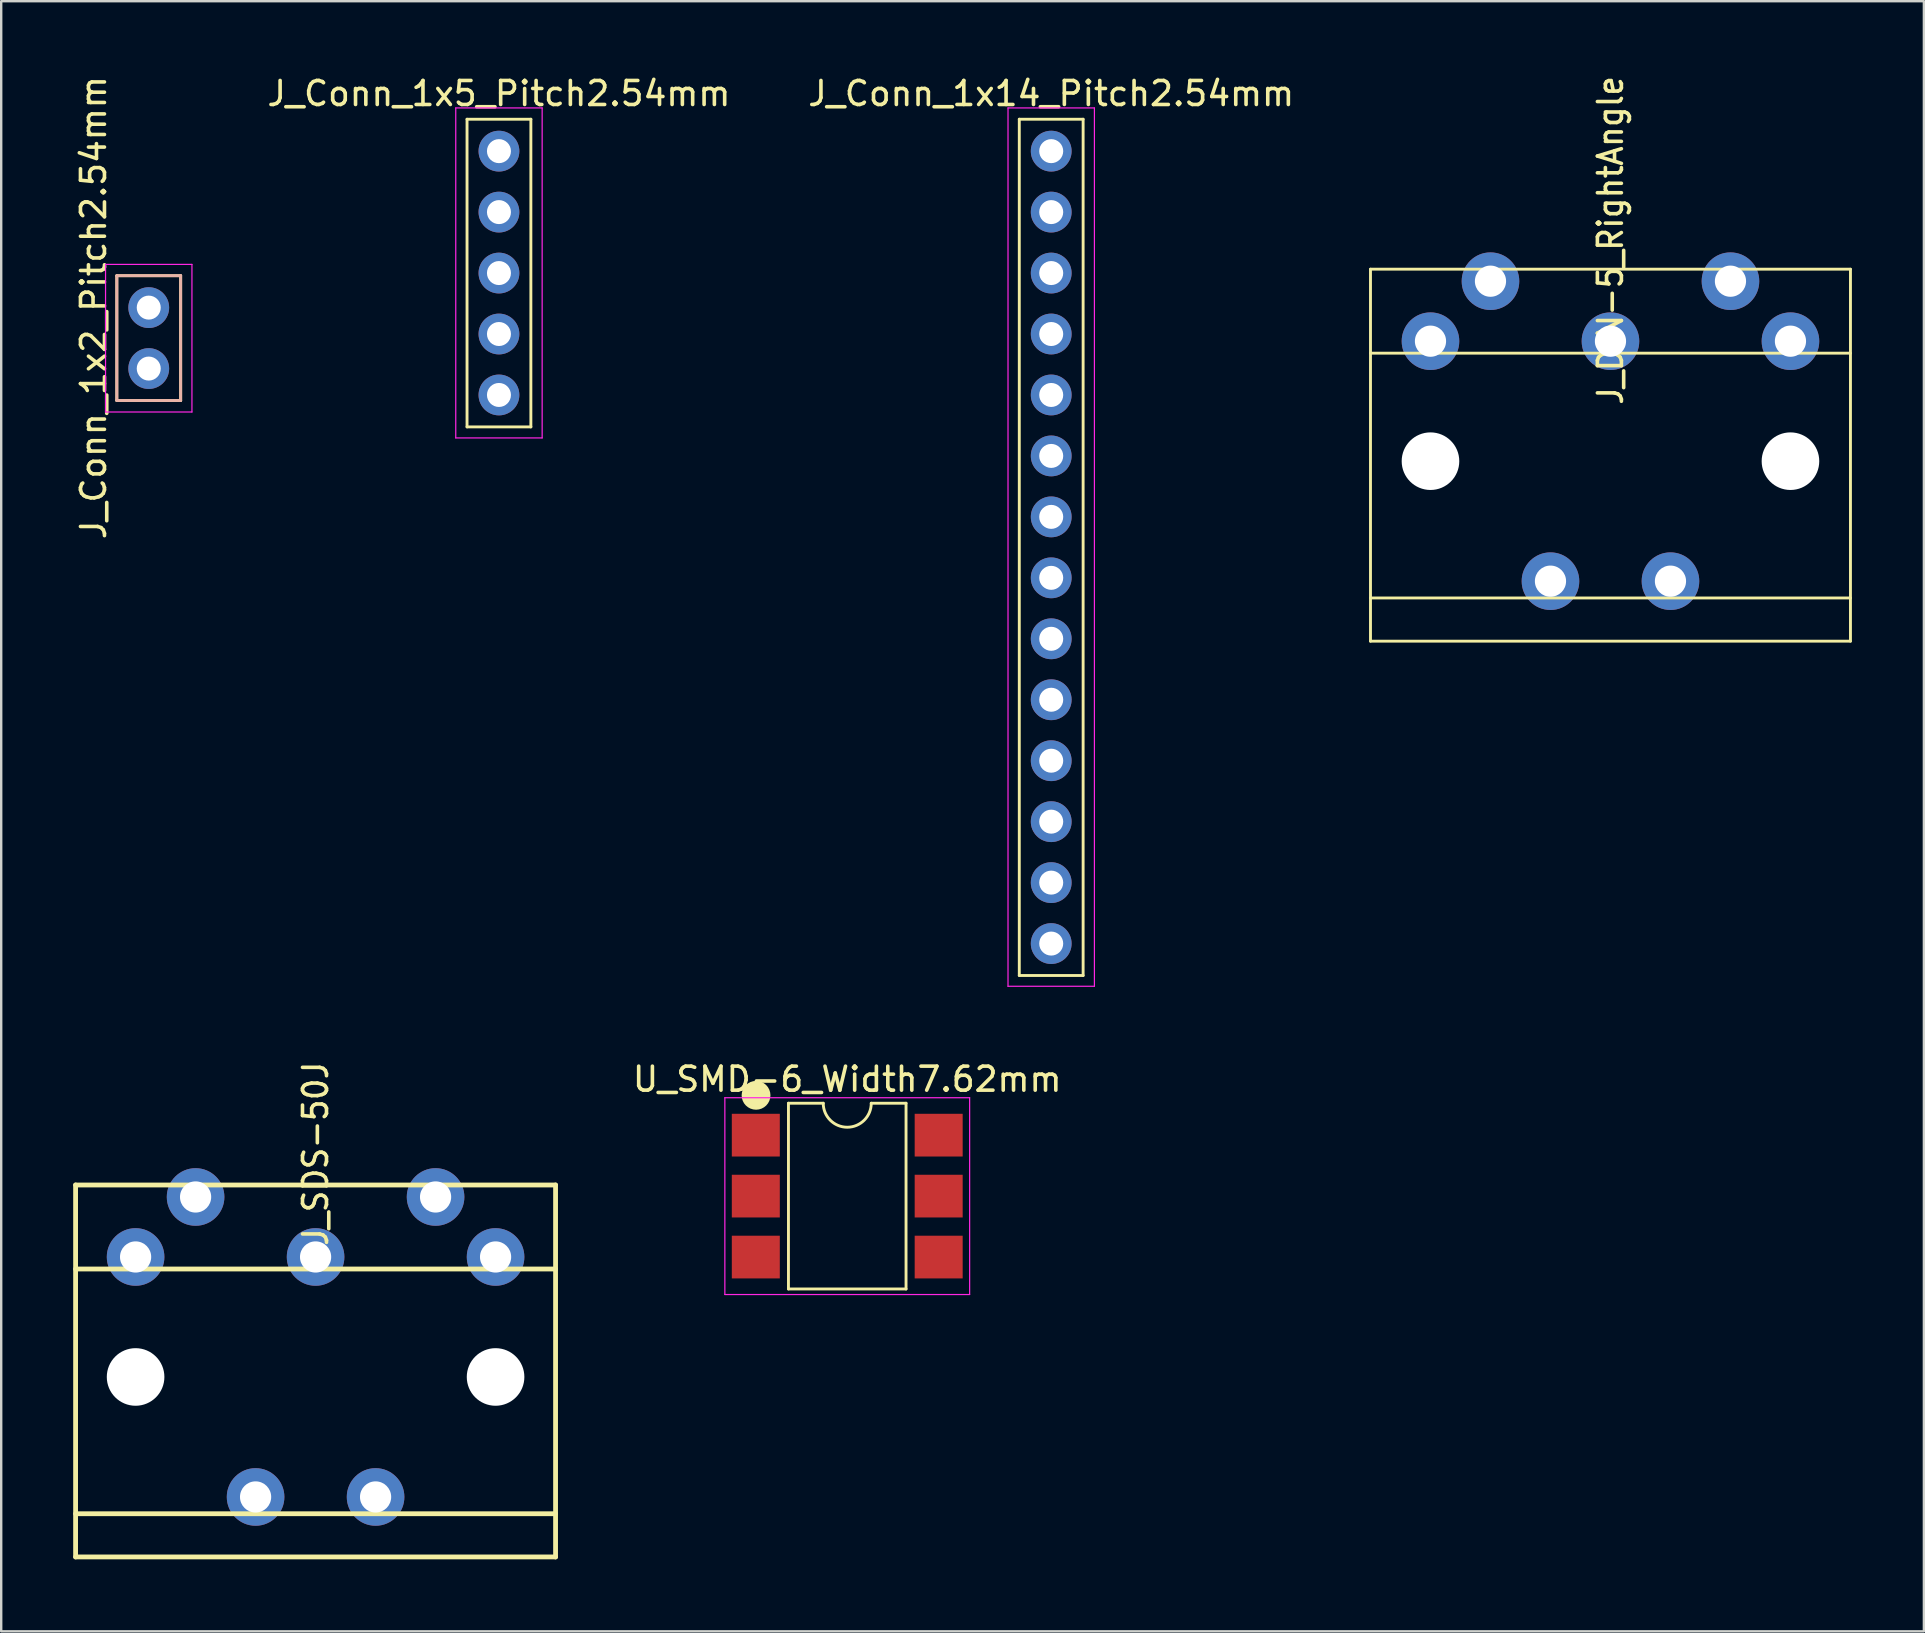
<source format=kicad_pcb>
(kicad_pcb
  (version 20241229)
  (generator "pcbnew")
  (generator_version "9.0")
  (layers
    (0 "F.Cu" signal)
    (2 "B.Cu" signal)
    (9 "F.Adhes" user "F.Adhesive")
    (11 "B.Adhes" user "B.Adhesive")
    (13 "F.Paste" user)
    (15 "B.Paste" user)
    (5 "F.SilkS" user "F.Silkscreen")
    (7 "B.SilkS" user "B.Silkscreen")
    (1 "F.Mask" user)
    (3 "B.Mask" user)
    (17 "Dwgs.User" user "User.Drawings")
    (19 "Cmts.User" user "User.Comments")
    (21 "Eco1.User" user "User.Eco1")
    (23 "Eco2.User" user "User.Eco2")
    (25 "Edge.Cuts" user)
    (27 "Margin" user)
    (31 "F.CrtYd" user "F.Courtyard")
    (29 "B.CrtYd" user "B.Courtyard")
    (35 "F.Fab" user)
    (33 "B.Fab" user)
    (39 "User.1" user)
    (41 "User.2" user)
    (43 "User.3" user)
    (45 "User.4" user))
  (footprint "U_SMD-6_Width7.62mm"
    (layer "F.Cu")
    (at 32.254 46.791)
    (property "Reference" "U_SMD-6_Width7.62mm" (at 0 -4.87 0) (layer "F.SilkS") (effects (font (size 1 1) (thickness 0.15))))
    (attr smd)
    (fp_line (start -2.45 -3.87) (end -2.45 3.87) (stroke (width 0.12) (type solid)) (layer "F.SilkS"))
    (fp_line (start -2.45 3.87) (end 2.45 3.87) (stroke (width 0.12) (type solid)) (layer "F.SilkS"))
    (fp_line (start -1 -3.87) (end -2.45 -3.87) (stroke (width 0.12) (type solid)) (layer "F.SilkS"))
    (fp_line (start 2.45 -3.87) (end 1 -3.87) (stroke (width 0.12) (type solid)) (layer "F.SilkS"))
    (fp_line (start 2.45 3.87) (end 2.45 -3.87) (stroke (width 0.12) (type solid)) (layer "F.SilkS"))
    (fp_arc (start 1 -3.87) (mid 0 -2.87) (end -1 -3.87) (stroke (width 0.12) (type solid)) (layer "F.SilkS"))
    (fp_circle (center -3.8 -4.2) (end -3.8 -4.6) (stroke (width 0.4) (type solid)) (fill no) (layer "F.SilkS"))
    (fp_circle (center -3.8 -4.2) (end -3.8 -4.4) (stroke (width 0.4) (type solid)) (fill no) (layer "F.SilkS"))
    (fp_line (start -5.1 -4.1) (end -5.1 4.1) (stroke (width 0.05) (type solid)) (layer "F.CrtYd"))
    (fp_line (start -5.1 4.1) (end 5.1 4.1) (stroke (width 0.05) (type solid)) (layer "F.CrtYd"))
    (fp_line (start 5.1 -4.1) (end -5.1 -4.1) (stroke (width 0.05) (type solid)) (layer "F.CrtYd"))
    (fp_line (start 5.1 4.1) (end 5.1 -4.1) (stroke (width 0.05) (type solid)) (layer "F.CrtYd"))
    (pad "1" smd rect (at -3.81 -2.54) (size 2 1.78) (layers "F.Cu" "F.Mask" "F.Paste"))
    (pad "2" smd rect (at -3.81 0) (size 2 1.78) (layers "F.Cu" "F.Mask" "F.Paste"))
    (pad "3" smd rect (at -3.81 2.54) (size 2 1.78) (layers "F.Cu" "F.Mask" "F.Paste"))
    (pad "4" smd rect (at 3.81 2.54) (size 2 1.78) (layers "F.Cu" "F.Mask" "F.Paste"))
    (pad "5" smd rect (at 3.81 0) (size 2 1.78) (layers "F.Cu" "F.Mask" "F.Paste"))
    (pad "6" smd rect (at 3.81 -2.54) (size 2 1.78) (layers "F.Cu" "F.Mask" "F.Paste")))
  (footprint "J_Conn_1x2_Pitch2.54mm"
    (layer "F.Cu")
    (at 3.148 9.768)
    (property "Reference" "J_Conn_1x2_Pitch2.54mm" (at -2.3 0 90) (layer "F.SilkS") (effects (font (size 1 1) (thickness 0.15))))
    (attr through_hole)
    (fp_line (start -1.33 -1.33) (end -1.33 3.87) (stroke (width 0.12) (type solid)) (layer "F.SilkS"))
    (fp_line (start -1.33 3.87) (end 1.33 3.87) (stroke (width 0.12) (type solid)) (layer "F.SilkS"))
    (fp_line (start 1.33 -1.33) (end -1.33 -1.33) (stroke (width 0.12) (type solid)) (layer "F.SilkS"))
    (fp_line (start 1.33 3.87) (end 1.33 -1.33) (stroke (width 0.12) (type solid)) (layer "F.SilkS"))
    (fp_line (start -1.33 -1.33) (end -1.33 3.87) (stroke (width 0.12) (type solid)) (layer "B.SilkS"))
    (fp_line (start -1.33 3.87) (end 1.33 3.87) (stroke (width 0.12) (type solid)) (layer "B.SilkS"))
    (fp_line (start 1.33 -1.33) (end -1.33 -1.33) (stroke (width 0.12) (type solid)) (layer "B.SilkS"))
    (fp_line (start 1.33 3.87) (end 1.33 -1.33) (stroke (width 0.12) (type solid)) (layer "B.SilkS"))
    (fp_line (start -1.8 -1.8) (end -1.8 4.35) (stroke (width 0.05) (type solid)) (layer "F.CrtYd"))
    (fp_line (start -1.8 4.35) (end 1.8 4.35) (stroke (width 0.05) (type solid)) (layer "F.CrtYd"))
    (fp_line (start 1.8 -1.8) (end -1.8 -1.8) (stroke (width 0.05) (type solid)) (layer "F.CrtYd"))
    (fp_line (start 1.8 4.35) (end 1.8 -1.8) (stroke (width 0.05) (type solid)) (layer "F.CrtYd"))
    (pad "1" thru_hole circle (at 0 0) (size 1.7 1.7) (drill 1) (layers "*.Cu" "*.Mask"))
    (pad "2" thru_hole oval (at 0 2.54) (size 1.7 1.7) (drill 1) (layers "*.Cu" "*.Mask")))
  (footprint "J_Conn_1x14_Pitch2.54mm"
    (layer "F.Cu")
    (at 40.753 3.248)
    (property "Reference" "J_Conn_1x14_Pitch2.54mm" (at 0 -2.4 0) (layer "F.SilkS") (effects (font (size 1 1) (thickness 0.15))))
    (attr through_hole)
    (fp_line (start -1.33 -1.33) (end -1.33 34.35) (stroke (width 0.12) (type solid)) (layer "F.SilkS"))
    (fp_line (start -1.33 -1.33) (end 1.33 -1.33) (stroke (width 0.12) (type solid)) (layer "F.SilkS"))
    (fp_line (start -1.33 34.35) (end 1.33 34.35) (stroke (width 0.12) (type solid)) (layer "F.SilkS"))
    (fp_line (start 1.33 34.35) (end 1.33 -1.33) (stroke (width 0.12) (type solid)) (layer "F.SilkS"))
    (fp_line (start -1.8 -1.8) (end -1.8 34.8) (stroke (width 0.05) (type solid)) (layer "F.CrtYd"))
    (fp_line (start -1.8 34.8) (end 1.8 34.8) (stroke (width 0.05) (type solid)) (layer "F.CrtYd"))
    (fp_line (start 1.8 -1.8) (end -1.8 -1.8) (stroke (width 0.05) (type solid)) (layer "F.CrtYd"))
    (fp_line (start 1.8 34.8) (end 1.8 -1.8) (stroke (width 0.05) (type solid)) (layer "F.CrtYd"))
    (pad "1" thru_hole circle (at 0 0) (size 1.7 1.7) (drill 1) (layers "*.Cu" "*.Mask"))
    (pad "2" thru_hole oval (at 0 2.54) (size 1.7 1.7) (drill 1) (layers "*.Cu" "*.Mask"))
    (pad "3" thru_hole oval (at 0 5.08) (size 1.7 1.7) (drill 1) (layers "*.Cu" "*.Mask"))
    (pad "4" thru_hole oval (at 0 7.62) (size 1.7 1.7) (drill 1) (layers "*.Cu" "*.Mask"))
    (pad "5" thru_hole oval (at 0 10.16) (size 1.7 1.7) (drill 1) (layers "*.Cu" "*.Mask"))
    (pad "6" thru_hole oval (at 0 12.7) (size 1.7 1.7) (drill 1) (layers "*.Cu" "*.Mask"))
    (pad "7" thru_hole oval (at 0 15.24) (size 1.7 1.7) (drill 1) (layers "*.Cu" "*.Mask"))
    (pad "8" thru_hole oval (at 0 17.78) (size 1.7 1.7) (drill 1) (layers "*.Cu" "*.Mask"))
    (pad "9" thru_hole oval (at 0 20.32) (size 1.7 1.7) (drill 1) (layers "*.Cu" "*.Mask"))
    (pad "10" thru_hole oval (at 0 22.86) (size 1.7 1.7) (drill 1) (layers "*.Cu" "*.Mask"))
    (pad "11" thru_hole oval (at 0 25.4) (size 1.7 1.7) (drill 1) (layers "*.Cu" "*.Mask"))
    (pad "12" thru_hole oval (at 0 27.94) (size 1.7 1.7) (drill 1) (layers "*.Cu" "*.Mask"))
    (pad "13" thru_hole oval (at 0 30.48) (size 1.7 1.7) (drill 1) (layers "*.Cu" "*.Mask"))
    (pad "14" thru_hole oval (at 0 33.02) (size 1.7 1.7) (drill 1) (layers "*.Cu" "*.Mask")))
  (footprint "J_Conn_1x5_Pitch2.54mm"
    (layer "F.Cu")
    (at 17.741 3.248)
    (property "Reference" "J_Conn_1x5_Pitch2.54mm" (at 0 -2.4 0) (layer "F.SilkS") (effects (font (size 1 1) (thickness 0.15))))
    (attr through_hole)
    (fp_line (start -1.33 -1.33) (end -1.33 11.49) (stroke (width 0.12) (type solid)) (layer "F.SilkS"))
    (fp_line (start -1.33 -1.33) (end 1.33 -1.33) (stroke (width 0.12) (type solid)) (layer "F.SilkS"))
    (fp_line (start -1.33 11.49) (end 1.33 11.49) (stroke (width 0.12) (type solid)) (layer "F.SilkS"))
    (fp_line (start 1.33 11.49) (end 1.33 -1.33) (stroke (width 0.12) (type solid)) (layer "F.SilkS"))
    (fp_line (start -1.8 -1.8) (end -1.8 11.95) (stroke (width 0.05) (type solid)) (layer "F.CrtYd"))
    (fp_line (start -1.8 11.95) (end 1.8 11.95) (stroke (width 0.05) (type solid)) (layer "F.CrtYd"))
    (fp_line (start 1.8 -1.8) (end -1.8 -1.8) (stroke (width 0.05) (type solid)) (layer "F.CrtYd"))
    (fp_line (start 1.8 11.95) (end 1.8 -1.8) (stroke (width 0.05) (type solid)) (layer "F.CrtYd"))
    (pad "1" thru_hole circle (at 0 0) (size 1.7 1.7) (drill 1) (layers "*.Cu" "*.Mask"))
    (pad "2" thru_hole oval (at 0 2.54) (size 1.7 1.7) (drill 1) (layers "*.Cu" "*.Mask"))
    (pad "3" thru_hole oval (at 0 5.08) (size 1.7 1.7) (drill 1) (layers "*.Cu" "*.Mask"))
    (pad "4" thru_hole oval (at 0 7.62) (size 1.7 1.7) (drill 1) (layers "*.Cu" "*.Mask"))
    (pad "5" thru_hole oval (at 0 10.16) (size 1.7 1.7) (drill 1) (layers "*.Cu" "*.Mask")))
  (footprint "J_DIN-5_RightAngle"
    (layer "F.Cu")
    (at 64.057 16.167)
    (property "Reference" "J_DIN-5_RightAngle" (at 0 -9.2 90) (layer "F.SilkS") (effects (font (size 1 0.917) (thickness 0.15))))
    (attr through_hole)
    (fp_line (start -10 -8) (end -10 7.5) (stroke (width 0.12) (type solid)) (layer "F.SilkS"))
    (fp_line (start 10 -8) (end -10 -8) (stroke (width 0.12) (type solid)) (layer "F.SilkS"))
    (fp_line (start 10 -8) (end 10 7.5) (stroke (width 0.12) (type solid)) (layer "F.SilkS"))
    (fp_line (start 10 -4.5) (end -10 -4.5) (stroke (width 0.12) (type solid)) (layer "F.SilkS"))
    (fp_line (start 10 5.7) (end -10 5.7) (stroke (width 0.12) (type solid)) (layer "F.SilkS"))
    (fp_line (start 10 7.5) (end -10 7.5) (stroke (width 0.12) (type solid)) (layer "F.SilkS"))
    (pad "" np_thru_hole circle (at -7.5 0) (size 2.4 2.4) (drill 2.4) (layers "*.Cu" "*.Mask"))
    (pad "" np_thru_hole circle (at 7.5 0) (size 2.4 2.4) (drill 2.4) (layers "*.Cu" "*.Mask"))
    (pad "1" thru_hole circle (at 7.5 -5) (size 2.4 2.4) (drill 1.3) (layers "*.Cu" "*.Mask"))
    (pad "2" thru_hole circle (at 0 -5) (size 2.4 2.4) (drill 1.3) (layers "*.Cu" "*.Mask"))
    (pad "3" thru_hole circle (at -7.5 -5) (size 2.4 2.4) (drill 1.3) (layers "*.Cu" "*.Mask"))
    (pad "4" thru_hole circle (at 5 -7.5) (size 2.4 2.4) (drill 1.3) (layers "*.Cu" "*.Mask"))
    (pad "5" thru_hole circle (at -5 -7.5) (size 2.4 2.4) (drill 1.3) (layers "*.Cu" "*.Mask"))
    (pad "6" thru_hole circle (at -2.5 5) (size 2.4 2.4) (drill 1.3) (layers "*.Cu" "*.Mask"))
    (pad "6" thru_hole circle (at 2.5 5) (size 2.4 2.4) (drill 1.3) (layers "*.Cu" "*.Mask")))
  (footprint "J_SDS-50J"
    (layer "F.Cu")
    (at 10.1 54.327)
    (property "Reference" "J_SDS-50J" (at 0 -9.3 90) (layer "F.SilkS") (effects (font (size 1 0.917) (thickness 0.15))))
    (attr through_hole)
    (fp_line (start -10 -8) (end -10 7.5) (stroke (width 0.2) (type solid)) (layer "F.SilkS"))
    (fp_line (start 10 -8) (end -10 -8) (stroke (width 0.2) (type solid)) (layer "F.SilkS"))
    (fp_line (start 10 -8) (end 10 7.5) (stroke (width 0.2) (type solid)) (layer "F.SilkS"))
    (fp_line (start 10 -4.5) (end -10 -4.5) (stroke (width 0.2) (type solid)) (layer "F.SilkS"))
    (fp_line (start 10 5.7) (end -10 5.7) (stroke (width 0.2) (type solid)) (layer "F.SilkS"))
    (fp_line (start 10 7.5) (end -10 7.5) (stroke (width 0.2) (type solid)) (layer "F.SilkS"))
    (pad "" np_thru_hole circle (at -7.5 0) (size 2.4 2.4) (drill 2.4) (layers "*.Cu" "*.Mask"))
    (pad "" np_thru_hole circle (at 7.5 0) (size 2.4 2.4) (drill 2.4) (layers "*.Cu" "*.Mask"))
    (pad "1" thru_hole circle (at 7.5 -5) (size 2.4 2.4) (drill 1.3) (layers "*.Cu" "*.Mask"))
    (pad "2" thru_hole circle (at 0 -5) (size 2.4 2.4) (drill 1.3) (layers "*.Cu" "*.Mask"))
    (pad "3" thru_hole circle (at -7.5 -5) (size 2.4 2.4) (drill 1.3) (layers "*.Cu" "*.Mask"))
    (pad "4" thru_hole circle (at 5 -7.5) (size 2.4 2.4) (drill 1.3) (layers "*.Cu" "*.Mask"))
    (pad "5" thru_hole circle (at -5 -7.5) (size 2.4 2.4) (drill 1.3) (layers "*.Cu" "*.Mask"))
    (pad "6" thru_hole circle (at -2.5 5) (size 2.4 2.4) (drill 1.3) (layers "*.Cu" "*.Mask"))
    (pad "6" thru_hole circle (at 2.5 5) (size 2.4 2.4) (drill 1.3) (layers "*.Cu" "*.Mask")))
  (gr_rect
    (start -3 -3)
    (end 77.117 64.927)
    (stroke (width 0.1) (type default))
    (fill no)
    (layer "Edge.Cuts")))
</source>
